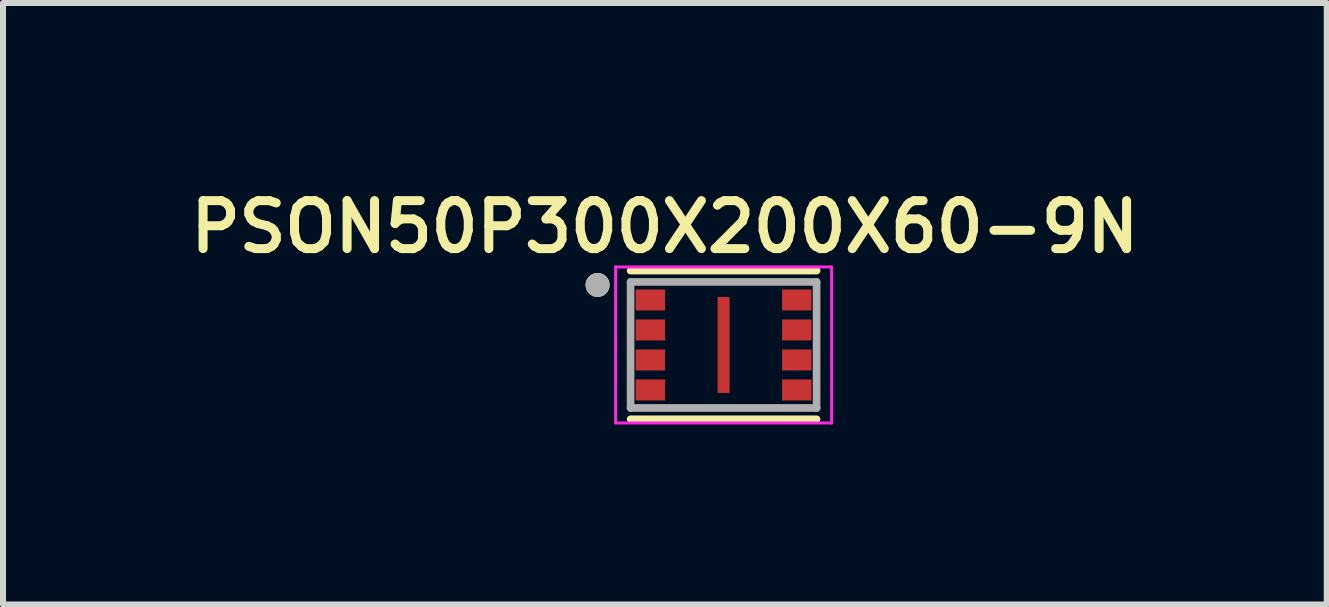
<source format=kicad_pcb>
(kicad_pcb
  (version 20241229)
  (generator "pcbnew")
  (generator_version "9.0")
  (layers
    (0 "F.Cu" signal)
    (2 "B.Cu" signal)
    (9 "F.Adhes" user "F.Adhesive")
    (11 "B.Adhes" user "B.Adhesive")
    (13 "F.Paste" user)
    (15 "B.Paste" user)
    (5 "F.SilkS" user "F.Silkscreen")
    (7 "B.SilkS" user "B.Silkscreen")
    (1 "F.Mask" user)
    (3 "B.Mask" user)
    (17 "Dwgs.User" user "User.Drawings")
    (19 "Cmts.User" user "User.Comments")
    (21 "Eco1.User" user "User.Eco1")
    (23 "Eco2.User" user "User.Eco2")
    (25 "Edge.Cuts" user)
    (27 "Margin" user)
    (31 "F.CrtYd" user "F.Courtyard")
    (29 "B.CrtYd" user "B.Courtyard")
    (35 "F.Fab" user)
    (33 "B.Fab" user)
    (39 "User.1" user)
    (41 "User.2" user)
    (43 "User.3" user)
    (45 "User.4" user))
  (footprint "PSON50P300X200X60-9N"
    (layer "F.Cu")
    (at 9.009 2.699)
    (property "Reference" "PSON50P300X200X60-9N" (at -0.979 -1.968 0) (layer "F.SilkS") (effects (font (size 0.8 0.8) (thickness 0.15))))
    (attr smd)
    (fp_line (start -1.55 -1.239) (end 1.55 -1.239) (stroke (width 0.127) (type solid)) (layer "F.SilkS"))
    (fp_line (start -1.55 1.239) (end 1.55 1.239) (stroke (width 0.127) (type solid)) (layer "F.SilkS"))
    (fp_circle (center -2.1 -1) (end -2 -1) (stroke (width 0.2) (type solid)) (fill no) (layer "F.SilkS"))
    (fp_line (start -1.8 -1.3) (end 1.8 -1.3) (stroke (width 0.05) (type solid)) (layer "F.CrtYd"))
    (fp_line (start -1.8 1.3) (end -1.8 -1.3) (stroke (width 0.05) (type solid)) (layer "F.CrtYd"))
    (fp_line (start 1.8 -1.3) (end 1.8 1.3) (stroke (width 0.05) (type solid)) (layer "F.CrtYd"))
    (fp_line (start 1.8 1.3) (end -1.8 1.3) (stroke (width 0.05) (type solid)) (layer "F.CrtYd"))
    (fp_line (start -1.55 -1.05) (end 1.55 -1.05) (stroke (width 0.127) (type solid)) (layer "F.Fab"))
    (fp_line (start -1.55 1.05) (end -1.55 -1.05) (stroke (width 0.127) (type solid)) (layer "F.Fab"))
    (fp_line (start 1.55 -1.05) (end 1.55 1.05) (stroke (width 0.127) (type solid)) (layer "F.Fab"))
    (fp_line (start 1.55 1.05) (end -1.55 1.05) (stroke (width 0.127) (type solid)) (layer "F.Fab"))
    (fp_circle (center -2.1 -1) (end -2 -1) (stroke (width 0.2) (type solid)) (fill no) (layer "F.Fab"))
    (pad "1" smd rect (at -1.22 -0.75) (size 0.49 0.35) (layers "F.Cu" "F.Mask" "F.Paste"))
    (pad "2" smd rect (at -1.22 -0.25) (size 0.49 0.35) (layers "F.Cu" "F.Mask" "F.Paste"))
    (pad "3" smd rect (at -1.22 0.25) (size 0.49 0.35) (layers "F.Cu" "F.Mask" "F.Paste"))
    (pad "4" smd rect (at -1.22 0.75) (size 0.49 0.35) (layers "F.Cu" "F.Mask" "F.Paste"))
    (pad "5" smd rect (at 1.22 0.75 180) (size 0.49 0.35) (layers "F.Cu" "F.Mask" "F.Paste"))
    (pad "6" smd rect (at 1.22 0.25 180) (size 0.49 0.35) (layers "F.Cu" "F.Mask" "F.Paste"))
    (pad "7" smd rect (at 1.22 -0.25 180) (size 0.49 0.35) (layers "F.Cu" "F.Mask" "F.Paste"))
    (pad "8" smd rect (at 1.22 -0.75 180) (size 0.49 0.35) (layers "F.Cu" "F.Mask" "F.Paste"))
    (pad "9" smd rect (at 0 0) (size 0.2 1.6) (layers "F.Cu" "F.Mask" "F.Paste")))
  (gr_rect
    (start -3 -3)
    (end 19.061 7.024)
    (stroke (width 0.1) (type default))
    (fill no)
    (layer "Edge.Cuts")))
</source>
